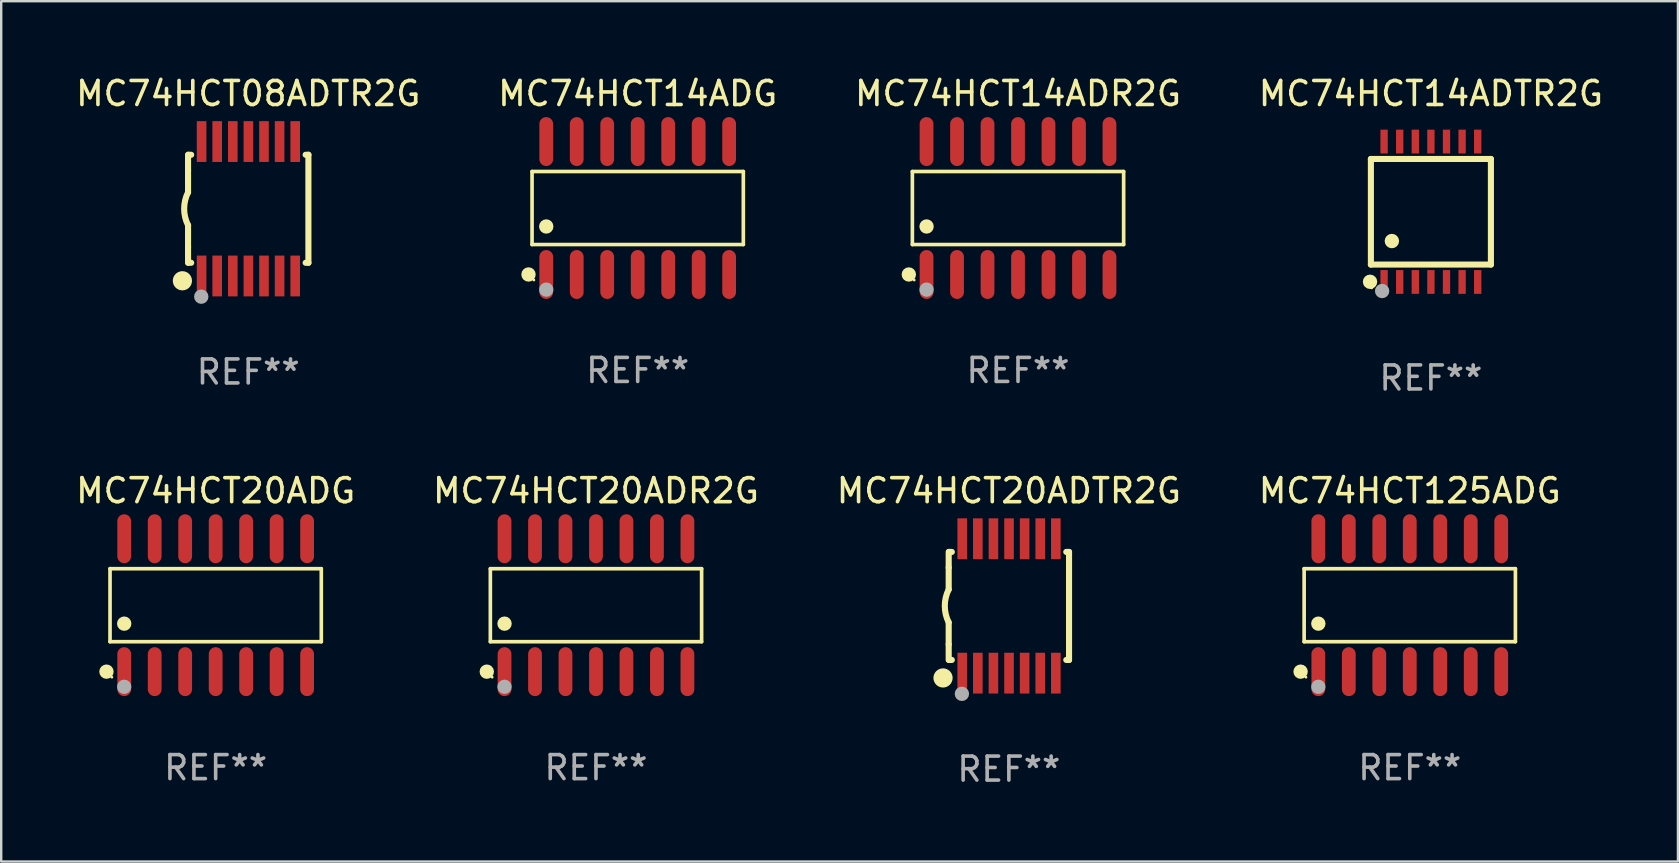
<source format=kicad_pcb>
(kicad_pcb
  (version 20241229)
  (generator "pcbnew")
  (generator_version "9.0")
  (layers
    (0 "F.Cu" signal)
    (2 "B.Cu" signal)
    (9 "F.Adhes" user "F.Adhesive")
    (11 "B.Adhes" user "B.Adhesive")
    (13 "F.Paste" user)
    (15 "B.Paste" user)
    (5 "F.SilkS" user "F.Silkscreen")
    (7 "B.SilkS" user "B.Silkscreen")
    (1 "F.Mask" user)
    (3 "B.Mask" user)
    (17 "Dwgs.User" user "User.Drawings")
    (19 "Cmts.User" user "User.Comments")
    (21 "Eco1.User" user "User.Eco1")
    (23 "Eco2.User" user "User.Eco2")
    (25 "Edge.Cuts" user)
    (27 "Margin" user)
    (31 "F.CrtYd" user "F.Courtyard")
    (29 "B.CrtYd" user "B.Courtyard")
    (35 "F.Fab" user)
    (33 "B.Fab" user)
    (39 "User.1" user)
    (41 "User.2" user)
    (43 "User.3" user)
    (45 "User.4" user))
  (footprint "MC74HCT14ADTR2G"
    (layer "F.Cu")
    (at 56.565 5.773)
    (property "Reference" "MC74HCT14ADTR2G" (at 0 -4.925 0) (layer "F.SilkS") (effects (font (size 1 1) (thickness 0.15))))
    (attr through_hole)
    (fp_line (start -2.5 2.2) (end -2.5 -2.2) (stroke (width 0.254) (type solid)) (layer "F.SilkS"))
    (fp_line (start -2.5 2.2) (end 2.5 2.2) (stroke (width 0.254) (type solid)) (layer "F.SilkS"))
    (fp_line (start 2.5 -2.2) (end -2.5 -2.2) (stroke (width 0.254) (type solid)) (layer "F.SilkS"))
    (fp_line (start 2.5 -2.2) (end 2.5 2.2) (stroke (width 0.254) (type solid)) (layer "F.SilkS"))
    (fp_circle (center -2.536 2.917) (end -2.386 2.917) (stroke (width 0.3) (type solid)) (fill no) (layer "F.SilkS"))
    (fp_circle (center -2.47 3.17) (end -2.44 3.17) (stroke (width 0.06) (type solid)) (fill no) (layer "F.SilkS"))
    (fp_circle (center -1.626 1.219) (end -1.475 1.219) (stroke (width 0.3) (type solid)) (fill no) (layer "F.SilkS"))
    (fp_circle (center -2.032 3.302) (end -1.882 3.302) (stroke (width 0.3) (type solid)) (fill no) (layer "F.Fab"))
    (fp_text user "REF**" (at 0 6.925 0) (layer "F.Fab") (effects (font (size 1 1) (thickness 0.15))))
    (pad "1" smd rect (at -1.95 2.925) (size 0.305 0.991) (layers "F.Cu" "F.Mask" "F.Paste"))
    (pad "2" smd rect (at -1.3 2.925) (size 0.305 0.991) (layers "F.Cu" "F.Mask" "F.Paste"))
    (pad "3" smd rect (at -0.65 2.925) (size 0.305 0.991) (layers "F.Cu" "F.Mask" "F.Paste"))
    (pad "4" smd rect (at 0 2.925) (size 0.305 0.991) (layers "F.Cu" "F.Mask" "F.Paste"))
    (pad "5" smd rect (at 0.65 2.925) (size 0.305 0.991) (layers "F.Cu" "F.Mask" "F.Paste"))
    (pad "6" smd rect (at 1.3 2.925) (size 0.305 0.991) (layers "F.Cu" "F.Mask" "F.Paste"))
    (pad "7" smd rect (at 1.95 2.925) (size 0.305 0.991) (layers "F.Cu" "F.Mask" "F.Paste"))
    (pad "8" smd rect (at 1.95 -2.925) (size 0.305 0.991) (layers "F.Cu" "F.Mask" "F.Paste"))
    (pad "9" smd rect (at 1.3 -2.925) (size 0.305 0.991) (layers "F.Cu" "F.Mask" "F.Paste"))
    (pad "10" smd rect (at 0.65 -2.925) (size 0.305 0.991) (layers "F.Cu" "F.Mask" "F.Paste"))
    (pad "11" smd rect (at 0 -2.925) (size 0.305 0.991) (layers "F.Cu" "F.Mask" "F.Paste"))
    (pad "12" smd rect (at -0.65 -2.925) (size 0.305 0.991) (layers "F.Cu" "F.Mask" "F.Paste"))
    (pad "13" smd rect (at -1.3 -2.925) (size 0.305 0.991) (layers "F.Cu" "F.Mask" "F.Paste"))
    (pad "14" smd rect (at -1.95 -2.925) (size 0.305 0.991) (layers "F.Cu" "F.Mask" "F.Paste")))
  (footprint "MC74HCT08ADTR2G"
    (layer "F.Cu")
    (at 7.292 5.648)
    (property "Reference" "MC74HCT08ADTR2G" (at 0 -4.8 0) (layer "F.SilkS") (effects (font (size 1 1) (thickness 0.15))))
    (attr through_hole)
    (fp_line (start -2.507 -1.6) (end -2.507 -2.25) (stroke (width 0.254) (type solid)) (layer "F.SilkS"))
    (fp_line (start -2.507 -0.686) (end -2.507 -1.6) (stroke (width 0.254) (type solid)) (layer "F.SilkS"))
    (fp_line (start -2.507 1.6) (end -2.507 0.686) (stroke (width 0.254) (type solid)) (layer "F.SilkS"))
    (fp_line (start -2.507 1.6) (end -2.507 2.25) (stroke (width 0.254) (type solid)) (layer "F.SilkS"))
    (fp_line (start -2.493 -2.25) (end -2.377 -2.25) (stroke (width 0.254) (type solid)) (layer "F.SilkS"))
    (fp_line (start -2.377 2.25) (end -2.493 2.25) (stroke (width 0.254) (type solid)) (layer "F.SilkS"))
    (fp_line (start 2.392 -2.25) (end 2.507 -2.25) (stroke (width 0.254) (type solid)) (layer "F.SilkS"))
    (fp_line (start 2.507 -2.25) (end 2.507 2.25) (stroke (width 0.254) (type solid)) (layer "F.SilkS"))
    (fp_line (start 2.507 2.25) (end 2.392 2.25) (stroke (width 0.254) (type solid)) (layer "F.SilkS"))
    (fp_arc (start -2.507303 0.685802) (mid -2.669199 0) (end -2.507303 -0.685801) (stroke (width 0.254001) (type solid)) (layer "F.SilkS"))
    (fp_circle (center -2.743 3) (end -2.543 3) (stroke (width 0.4) (type solid)) (fill no) (layer "F.SilkS"))
    (fp_circle (center -2.493 3.2) (end -2.463 3.2) (stroke (width 0.06) (type solid)) (fill no) (layer "F.SilkS"))
    (fp_circle (center -1.957 3.662) (end -1.807 3.662) (stroke (width 0.3) (type solid)) (fill no) (layer "F.Fab"))
    (fp_text user "REF**" (at 0 6.8 0) (layer "F.Fab") (effects (font (size 1 1) (thickness 0.15))))
    (pad "1" smd rect (at -1.943 2.8) (size 0.4 1.7) (layers "F.Cu" "F.Mask" "F.Paste"))
    (pad "2" smd rect (at -1.293 2.8) (size 0.4 1.7) (layers "F.Cu" "F.Mask" "F.Paste"))
    (pad "3" smd rect (at -0.643 2.8) (size 0.4 1.7) (layers "F.Cu" "F.Mask" "F.Paste"))
    (pad "4" smd rect (at 0.007 2.8) (size 0.4 1.7) (layers "F.Cu" "F.Mask" "F.Paste"))
    (pad "5" smd rect (at 0.657 2.8) (size 0.4 1.7) (layers "F.Cu" "F.Mask" "F.Paste"))
    (pad "6" smd rect (at 1.307 2.8) (size 0.4 1.7) (layers "F.Cu" "F.Mask" "F.Paste"))
    (pad "7" smd rect (at 1.957 2.8) (size 0.4 1.7) (layers "F.Cu" "F.Mask" "F.Paste"))
    (pad "8" smd rect (at 1.957 -2.8) (size 0.4 1.7) (layers "F.Cu" "F.Mask" "F.Paste"))
    (pad "9" smd rect (at 1.307 -2.8) (size 0.4 1.7) (layers "F.Cu" "F.Mask" "F.Paste"))
    (pad "10" smd rect (at 0.657 -2.8) (size 0.4 1.7) (layers "F.Cu" "F.Mask" "F.Paste"))
    (pad "11" smd rect (at 0.007 -2.8) (size 0.4 1.7) (layers "F.Cu" "F.Mask" "F.Paste"))
    (pad "12" smd rect (at -0.643 -2.8) (size 0.4 1.7) (layers "F.Cu" "F.Mask" "F.Paste"))
    (pad "13" smd rect (at -1.293 -2.8) (size 0.4 1.7) (layers "F.Cu" "F.Mask" "F.Paste"))
    (pad "14" smd rect (at -1.943 -2.8) (size 0.4 1.7) (layers "F.Cu" "F.Mask" "F.Paste")))
  (footprint "MC74HCT20ADG"
    (layer "F.Cu")
    (at 5.935 22.164)
    (property "Reference" "MC74HCT20ADG" (at 0 -4.769 0) (layer "F.SilkS") (effects (font (size 1 1) (thickness 0.15))))
    (attr through_hole)
    (fp_line (start -4.401 -1.521) (end 4.401 -1.521) (stroke (width 0.152) (type solid)) (layer "F.SilkS"))
    (fp_line (start -4.401 1.521) (end -4.401 -1.521) (stroke (width 0.152) (type solid)) (layer "F.SilkS"))
    (fp_line (start 4.401 -1.521) (end 4.401 1.521) (stroke (width 0.152) (type solid)) (layer "F.SilkS"))
    (fp_line (start 4.401 1.521) (end -4.401 1.521) (stroke (width 0.152) (type solid)) (layer "F.SilkS"))
    (fp_circle (center -4.549 2.769) (end -4.399 2.769) (stroke (width 0.3) (type solid)) (fill no) (layer "F.SilkS"))
    (fp_circle (center -4.325 3) (end -4.295 3) (stroke (width 0.06) (type solid)) (fill no) (layer "F.SilkS"))
    (fp_circle (center -3.81 0.769) (end -3.66 0.769) (stroke (width 0.3) (type solid)) (fill no) (layer "F.SilkS"))
    (fp_circle (center -3.81 3.4) (end -3.66 3.4) (stroke (width 0.3) (type solid)) (fill no) (layer "F.Fab"))
    (fp_text user "REF**" (at 0 6.769 0) (layer "F.Fab") (effects (font (size 1 1) (thickness 0.15))))
    (pad "1" smd oval (at -3.81 2.769) (size 0.574 2.038) (layers "F.Cu" "F.Mask" "F.Paste"))
    (pad "2" smd oval (at -2.54 2.769) (size 0.574 2.038) (layers "F.Cu" "F.Mask" "F.Paste"))
    (pad "3" smd oval (at -1.27 2.769) (size 0.574 2.038) (layers "F.Cu" "F.Mask" "F.Paste"))
    (pad "4" smd oval (at 0 2.769) (size 0.574 2.038) (layers "F.Cu" "F.Mask" "F.Paste"))
    (pad "5" smd oval (at 1.27 2.769) (size 0.574 2.038) (layers "F.Cu" "F.Mask" "F.Paste"))
    (pad "6" smd oval (at 2.54 2.769) (size 0.574 2.038) (layers "F.Cu" "F.Mask" "F.Paste"))
    (pad "7" smd oval (at 3.81 2.769) (size 0.574 2.038) (layers "F.Cu" "F.Mask" "F.Paste"))
    (pad "8" smd oval (at 3.81 -2.769) (size 0.574 2.038) (layers "F.Cu" "F.Mask" "F.Paste"))
    (pad "9" smd oval (at 2.54 -2.769) (size 0.574 2.038) (layers "F.Cu" "F.Mask" "F.Paste"))
    (pad "10" smd oval (at 1.27 -2.769) (size 0.574 2.038) (layers "F.Cu" "F.Mask" "F.Paste"))
    (pad "11" smd oval (at 0 -2.769) (size 0.574 2.038) (layers "F.Cu" "F.Mask" "F.Paste"))
    (pad "12" smd oval (at -1.27 -2.769) (size 0.574 2.038) (layers "F.Cu" "F.Mask" "F.Paste"))
    (pad "13" smd oval (at -2.54 -2.769) (size 0.574 2.038) (layers "F.Cu" "F.Mask" "F.Paste"))
    (pad "14" smd oval (at -3.81 -2.769) (size 0.574 2.038) (layers "F.Cu" "F.Mask" "F.Paste")))
  (footprint "MC74HCT14ADR2G"
    (layer "F.Cu")
    (at 39.363 5.617)
    (property "Reference" "MC74HCT14ADR2G" (at 0 -4.769 0) (layer "F.SilkS") (effects (font (size 1 1) (thickness 0.15))))
    (attr through_hole)
    (fp_line (start -4.401 -1.521) (end 4.401 -1.521) (stroke (width 0.152) (type solid)) (layer "F.SilkS"))
    (fp_line (start -4.401 1.521) (end -4.401 -1.521) (stroke (width 0.152) (type solid)) (layer "F.SilkS"))
    (fp_line (start 4.401 -1.521) (end 4.401 1.521) (stroke (width 0.152) (type solid)) (layer "F.SilkS"))
    (fp_line (start 4.401 1.521) (end -4.401 1.521) (stroke (width 0.152) (type solid)) (layer "F.SilkS"))
    (fp_circle (center -4.549 2.769) (end -4.399 2.769) (stroke (width 0.3) (type solid)) (fill no) (layer "F.SilkS"))
    (fp_circle (center -4.325 3) (end -4.295 3) (stroke (width 0.06) (type solid)) (fill no) (layer "F.SilkS"))
    (fp_circle (center -3.81 0.769) (end -3.66 0.769) (stroke (width 0.3) (type solid)) (fill no) (layer "F.SilkS"))
    (fp_circle (center -3.81 3.4) (end -3.66 3.4) (stroke (width 0.3) (type solid)) (fill no) (layer "F.Fab"))
    (fp_text user "REF**" (at 0 6.769 0) (layer "F.Fab") (effects (font (size 1 1) (thickness 0.15))))
    (pad "1" smd oval (at -3.81 2.769) (size 0.574 2.038) (layers "F.Cu" "F.Mask" "F.Paste"))
    (pad "2" smd oval (at -2.54 2.769) (size 0.574 2.038) (layers "F.Cu" "F.Mask" "F.Paste"))
    (pad "3" smd oval (at -1.27 2.769) (size 0.574 2.038) (layers "F.Cu" "F.Mask" "F.Paste"))
    (pad "4" smd oval (at 0 2.769) (size 0.574 2.038) (layers "F.Cu" "F.Mask" "F.Paste"))
    (pad "5" smd oval (at 1.27 2.769) (size 0.574 2.038) (layers "F.Cu" "F.Mask" "F.Paste"))
    (pad "6" smd oval (at 2.54 2.769) (size 0.574 2.038) (layers "F.Cu" "F.Mask" "F.Paste"))
    (pad "7" smd oval (at 3.81 2.769) (size 0.574 2.038) (layers "F.Cu" "F.Mask" "F.Paste"))
    (pad "8" smd oval (at 3.81 -2.769) (size 0.574 2.038) (layers "F.Cu" "F.Mask" "F.Paste"))
    (pad "9" smd oval (at 2.54 -2.769) (size 0.574 2.038) (layers "F.Cu" "F.Mask" "F.Paste"))
    (pad "10" smd oval (at 1.27 -2.769) (size 0.574 2.038) (layers "F.Cu" "F.Mask" "F.Paste"))
    (pad "11" smd oval (at 0 -2.769) (size 0.574 2.038) (layers "F.Cu" "F.Mask" "F.Paste"))
    (pad "12" smd oval (at -1.27 -2.769) (size 0.574 2.038) (layers "F.Cu" "F.Mask" "F.Paste"))
    (pad "13" smd oval (at -2.54 -2.769) (size 0.574 2.038) (layers "F.Cu" "F.Mask" "F.Paste"))
    (pad "14" smd oval (at -3.81 -2.769) (size 0.574 2.038) (layers "F.Cu" "F.Mask" "F.Paste")))
  (footprint "MC74HCT14ADG"
    (layer "F.Cu")
    (at 23.518 5.617)
    (property "Reference" "MC74HCT14ADG" (at 0 -4.769 0) (layer "F.SilkS") (effects (font (size 1 1) (thickness 0.15))))
    (attr through_hole)
    (fp_line (start -4.401 -1.521) (end 4.401 -1.521) (stroke (width 0.152) (type solid)) (layer "F.SilkS"))
    (fp_line (start -4.401 1.521) (end -4.401 -1.521) (stroke (width 0.152) (type solid)) (layer "F.SilkS"))
    (fp_line (start 4.401 -1.521) (end 4.401 1.521) (stroke (width 0.152) (type solid)) (layer "F.SilkS"))
    (fp_line (start 4.401 1.521) (end -4.401 1.521) (stroke (width 0.152) (type solid)) (layer "F.SilkS"))
    (fp_circle (center -4.549 2.769) (end -4.399 2.769) (stroke (width 0.3) (type solid)) (fill no) (layer "F.SilkS"))
    (fp_circle (center -4.325 3) (end -4.295 3) (stroke (width 0.06) (type solid)) (fill no) (layer "F.SilkS"))
    (fp_circle (center -3.81 0.769) (end -3.66 0.769) (stroke (width 0.3) (type solid)) (fill no) (layer "F.SilkS"))
    (fp_circle (center -3.81 3.4) (end -3.66 3.4) (stroke (width 0.3) (type solid)) (fill no) (layer "F.Fab"))
    (fp_text user "REF**" (at 0 6.769 0) (layer "F.Fab") (effects (font (size 1 1) (thickness 0.15))))
    (pad "1" smd oval (at -3.81 2.769) (size 0.574 2.038) (layers "F.Cu" "F.Mask" "F.Paste"))
    (pad "2" smd oval (at -2.54 2.769) (size 0.574 2.038) (layers "F.Cu" "F.Mask" "F.Paste"))
    (pad "3" smd oval (at -1.27 2.769) (size 0.574 2.038) (layers "F.Cu" "F.Mask" "F.Paste"))
    (pad "4" smd oval (at 0 2.769) (size 0.574 2.038) (layers "F.Cu" "F.Mask" "F.Paste"))
    (pad "5" smd oval (at 1.27 2.769) (size 0.574 2.038) (layers "F.Cu" "F.Mask" "F.Paste"))
    (pad "6" smd oval (at 2.54 2.769) (size 0.574 2.038) (layers "F.Cu" "F.Mask" "F.Paste"))
    (pad "7" smd oval (at 3.81 2.769) (size 0.574 2.038) (layers "F.Cu" "F.Mask" "F.Paste"))
    (pad "8" smd oval (at 3.81 -2.769) (size 0.574 2.038) (layers "F.Cu" "F.Mask" "F.Paste"))
    (pad "9" smd oval (at 2.54 -2.769) (size 0.574 2.038) (layers "F.Cu" "F.Mask" "F.Paste"))
    (pad "10" smd oval (at 1.27 -2.769) (size 0.574 2.038) (layers "F.Cu" "F.Mask" "F.Paste"))
    (pad "11" smd oval (at 0 -2.769) (size 0.574 2.038) (layers "F.Cu" "F.Mask" "F.Paste"))
    (pad "12" smd oval (at -1.27 -2.769) (size 0.574 2.038) (layers "F.Cu" "F.Mask" "F.Paste"))
    (pad "13" smd oval (at -2.54 -2.769) (size 0.574 2.038) (layers "F.Cu" "F.Mask" "F.Paste"))
    (pad "14" smd oval (at -3.81 -2.769) (size 0.574 2.038) (layers "F.Cu" "F.Mask" "F.Paste")))
  (footprint "MC74HCT125ADG"
    (layer "F.Cu")
    (at 55.685 22.164)
    (property "Reference" "MC74HCT125ADG" (at 0 -4.769 0) (layer "F.SilkS") (effects (font (size 1 1) (thickness 0.15))))
    (attr through_hole)
    (fp_line (start -4.401 -1.521) (end 4.401 -1.521) (stroke (width 0.152) (type solid)) (layer "F.SilkS"))
    (fp_line (start -4.401 1.521) (end -4.401 -1.521) (stroke (width 0.152) (type solid)) (layer "F.SilkS"))
    (fp_line (start 4.401 -1.521) (end 4.401 1.521) (stroke (width 0.152) (type solid)) (layer "F.SilkS"))
    (fp_line (start 4.401 1.521) (end -4.401 1.521) (stroke (width 0.152) (type solid)) (layer "F.SilkS"))
    (fp_circle (center -4.549 2.769) (end -4.399 2.769) (stroke (width 0.3) (type solid)) (fill no) (layer "F.SilkS"))
    (fp_circle (center -4.325 3) (end -4.295 3) (stroke (width 0.06) (type solid)) (fill no) (layer "F.SilkS"))
    (fp_circle (center -3.81 0.769) (end -3.66 0.769) (stroke (width 0.3) (type solid)) (fill no) (layer "F.SilkS"))
    (fp_circle (center -3.81 3.4) (end -3.66 3.4) (stroke (width 0.3) (type solid)) (fill no) (layer "F.Fab"))
    (fp_text user "REF**" (at 0 6.769 0) (layer "F.Fab") (effects (font (size 1 1) (thickness 0.15))))
    (pad "1" smd oval (at -3.81 2.769) (size 0.574 2.038) (layers "F.Cu" "F.Mask" "F.Paste"))
    (pad "2" smd oval (at -2.54 2.769) (size 0.574 2.038) (layers "F.Cu" "F.Mask" "F.Paste"))
    (pad "3" smd oval (at -1.27 2.769) (size 0.574 2.038) (layers "F.Cu" "F.Mask" "F.Paste"))
    (pad "4" smd oval (at 0 2.769) (size 0.574 2.038) (layers "F.Cu" "F.Mask" "F.Paste"))
    (pad "5" smd oval (at 1.27 2.769) (size 0.574 2.038) (layers "F.Cu" "F.Mask" "F.Paste"))
    (pad "6" smd oval (at 2.54 2.769) (size 0.574 2.038) (layers "F.Cu" "F.Mask" "F.Paste"))
    (pad "7" smd oval (at 3.81 2.769) (size 0.574 2.038) (layers "F.Cu" "F.Mask" "F.Paste"))
    (pad "8" smd oval (at 3.81 -2.769) (size 0.574 2.038) (layers "F.Cu" "F.Mask" "F.Paste"))
    (pad "9" smd oval (at 2.54 -2.769) (size 0.574 2.038) (layers "F.Cu" "F.Mask" "F.Paste"))
    (pad "10" smd oval (at 1.27 -2.769) (size 0.574 2.038) (layers "F.Cu" "F.Mask" "F.Paste"))
    (pad "11" smd oval (at 0 -2.769) (size 0.574 2.038) (layers "F.Cu" "F.Mask" "F.Paste"))
    (pad "12" smd oval (at -1.27 -2.769) (size 0.574 2.038) (layers "F.Cu" "F.Mask" "F.Paste"))
    (pad "13" smd oval (at -2.54 -2.769) (size 0.574 2.038) (layers "F.Cu" "F.Mask" "F.Paste"))
    (pad "14" smd oval (at -3.81 -2.769) (size 0.574 2.038) (layers "F.Cu" "F.Mask" "F.Paste")))
  (footprint "MC74HCT20ADR2G"
    (layer "F.Cu")
    (at 21.78 22.164)
    (property "Reference" "MC74HCT20ADR2G" (at 0 -4.769 0) (layer "F.SilkS") (effects (font (size 1 1) (thickness 0.15))))
    (attr through_hole)
    (fp_line (start -4.401 -1.521) (end 4.401 -1.521) (stroke (width 0.152) (type solid)) (layer "F.SilkS"))
    (fp_line (start -4.401 1.521) (end -4.401 -1.521) (stroke (width 0.152) (type solid)) (layer "F.SilkS"))
    (fp_line (start 4.401 -1.521) (end 4.401 1.521) (stroke (width 0.152) (type solid)) (layer "F.SilkS"))
    (fp_line (start 4.401 1.521) (end -4.401 1.521) (stroke (width 0.152) (type solid)) (layer "F.SilkS"))
    (fp_circle (center -4.549 2.769) (end -4.399 2.769) (stroke (width 0.3) (type solid)) (fill no) (layer "F.SilkS"))
    (fp_circle (center -4.325 3) (end -4.295 3) (stroke (width 0.06) (type solid)) (fill no) (layer "F.SilkS"))
    (fp_circle (center -3.81 0.769) (end -3.66 0.769) (stroke (width 0.3) (type solid)) (fill no) (layer "F.SilkS"))
    (fp_circle (center -3.81 3.4) (end -3.66 3.4) (stroke (width 0.3) (type solid)) (fill no) (layer "F.Fab"))
    (fp_text user "REF**" (at 0 6.769 0) (layer "F.Fab") (effects (font (size 1 1) (thickness 0.15))))
    (pad "1" smd oval (at -3.81 2.769) (size 0.574 2.038) (layers "F.Cu" "F.Mask" "F.Paste"))
    (pad "2" smd oval (at -2.54 2.769) (size 0.574 2.038) (layers "F.Cu" "F.Mask" "F.Paste"))
    (pad "3" smd oval (at -1.27 2.769) (size 0.574 2.038) (layers "F.Cu" "F.Mask" "F.Paste"))
    (pad "4" smd oval (at 0 2.769) (size 0.574 2.038) (layers "F.Cu" "F.Mask" "F.Paste"))
    (pad "5" smd oval (at 1.27 2.769) (size 0.574 2.038) (layers "F.Cu" "F.Mask" "F.Paste"))
    (pad "6" smd oval (at 2.54 2.769) (size 0.574 2.038) (layers "F.Cu" "F.Mask" "F.Paste"))
    (pad "7" smd oval (at 3.81 2.769) (size 0.574 2.038) (layers "F.Cu" "F.Mask" "F.Paste"))
    (pad "8" smd oval (at 3.81 -2.769) (size 0.574 2.038) (layers "F.Cu" "F.Mask" "F.Paste"))
    (pad "9" smd oval (at 2.54 -2.769) (size 0.574 2.038) (layers "F.Cu" "F.Mask" "F.Paste"))
    (pad "10" smd oval (at 1.27 -2.769) (size 0.574 2.038) (layers "F.Cu" "F.Mask" "F.Paste"))
    (pad "11" smd oval (at 0 -2.769) (size 0.574 2.038) (layers "F.Cu" "F.Mask" "F.Paste"))
    (pad "12" smd oval (at -1.27 -2.769) (size 0.574 2.038) (layers "F.Cu" "F.Mask" "F.Paste"))
    (pad "13" smd oval (at -2.54 -2.769) (size 0.574 2.038) (layers "F.Cu" "F.Mask" "F.Paste"))
    (pad "14" smd oval (at -3.81 -2.769) (size 0.574 2.038) (layers "F.Cu" "F.Mask" "F.Paste")))
  (footprint "MC74HCT20ADTR2G"
    (layer "F.Cu")
    (at 38.982 22.195)
    (property "Reference" "MC74HCT20ADTR2G" (at 0 -4.8 0) (layer "F.SilkS") (effects (font (size 1 1) (thickness 0.15))))
    (attr through_hole)
    (fp_line (start -2.507 -1.6) (end -2.507 -2.25) (stroke (width 0.254) (type solid)) (layer "F.SilkS"))
    (fp_line (start -2.507 -0.686) (end -2.507 -1.6) (stroke (width 0.254) (type solid)) (layer "F.SilkS"))
    (fp_line (start -2.507 1.6) (end -2.507 0.686) (stroke (width 0.254) (type solid)) (layer "F.SilkS"))
    (fp_line (start -2.507 1.6) (end -2.507 2.25) (stroke (width 0.254) (type solid)) (layer "F.SilkS"))
    (fp_line (start -2.493 -2.25) (end -2.377 -2.25) (stroke (width 0.254) (type solid)) (layer "F.SilkS"))
    (fp_line (start -2.377 2.25) (end -2.493 2.25) (stroke (width 0.254) (type solid)) (layer "F.SilkS"))
    (fp_line (start 2.392 -2.25) (end 2.507 -2.25) (stroke (width 0.254) (type solid)) (layer "F.SilkS"))
    (fp_line (start 2.507 -2.25) (end 2.507 2.25) (stroke (width 0.254) (type solid)) (layer "F.SilkS"))
    (fp_line (start 2.507 2.25) (end 2.392 2.25) (stroke (width 0.254) (type solid)) (layer "F.SilkS"))
    (fp_arc (start -2.507303 0.685802) (mid -2.669199 0) (end -2.507303 -0.685801) (stroke (width 0.254001) (type solid)) (layer "F.SilkS"))
    (fp_circle (center -2.743 3) (end -2.543 3) (stroke (width 0.4) (type solid)) (fill no) (layer "F.SilkS"))
    (fp_circle (center -2.493 3.2) (end -2.463 3.2) (stroke (width 0.06) (type solid)) (fill no) (layer "F.SilkS"))
    (fp_circle (center -1.957 3.662) (end -1.807 3.662) (stroke (width 0.3) (type solid)) (fill no) (layer "F.Fab"))
    (fp_text user "REF**" (at 0 6.8 0) (layer "F.Fab") (effects (font (size 1 1) (thickness 0.15))))
    (pad "1" smd rect (at -1.943 2.8) (size 0.4 1.7) (layers "F.Cu" "F.Mask" "F.Paste"))
    (pad "2" smd rect (at -1.293 2.8) (size 0.4 1.7) (layers "F.Cu" "F.Mask" "F.Paste"))
    (pad "3" smd rect (at -0.643 2.8) (size 0.4 1.7) (layers "F.Cu" "F.Mask" "F.Paste"))
    (pad "4" smd rect (at 0.007 2.8) (size 0.4 1.7) (layers "F.Cu" "F.Mask" "F.Paste"))
    (pad "5" smd rect (at 0.657 2.8) (size 0.4 1.7) (layers "F.Cu" "F.Mask" "F.Paste"))
    (pad "6" smd rect (at 1.307 2.8) (size 0.4 1.7) (layers "F.Cu" "F.Mask" "F.Paste"))
    (pad "7" smd rect (at 1.957 2.8) (size 0.4 1.7) (layers "F.Cu" "F.Mask" "F.Paste"))
    (pad "8" smd rect (at 1.957 -2.8) (size 0.4 1.7) (layers "F.Cu" "F.Mask" "F.Paste"))
    (pad "9" smd rect (at 1.307 -2.8) (size 0.4 1.7) (layers "F.Cu" "F.Mask" "F.Paste"))
    (pad "10" smd rect (at 0.657 -2.8) (size 0.4 1.7) (layers "F.Cu" "F.Mask" "F.Paste"))
    (pad "11" smd rect (at 0.007 -2.8) (size 0.4 1.7) (layers "F.Cu" "F.Mask" "F.Paste"))
    (pad "12" smd rect (at -0.643 -2.8) (size 0.4 1.7) (layers "F.Cu" "F.Mask" "F.Paste"))
    (pad "13" smd rect (at -1.293 -2.8) (size 0.4 1.7) (layers "F.Cu" "F.Mask" "F.Paste"))
    (pad "14" smd rect (at -1.943 -2.8) (size 0.4 1.7) (layers "F.Cu" "F.Mask" "F.Paste")))
  (gr_rect
    (start -3 -3)
    (end 66.857 32.843)
    (stroke (width 0.1) (type default))
    (fill no)
    (layer "Edge.Cuts")))
</source>
